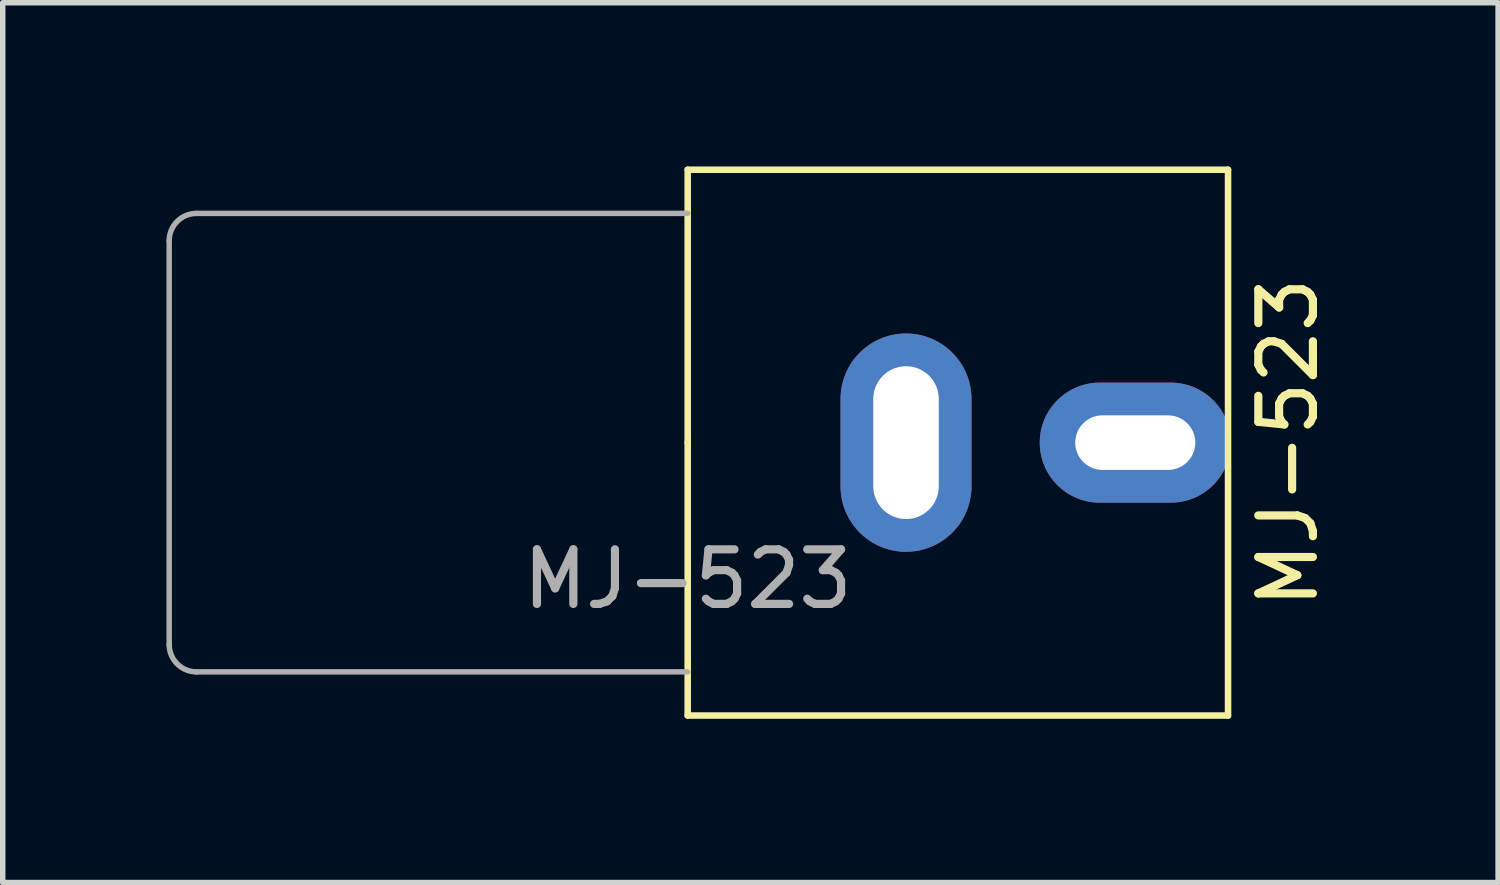
<source format=kicad_pcb>
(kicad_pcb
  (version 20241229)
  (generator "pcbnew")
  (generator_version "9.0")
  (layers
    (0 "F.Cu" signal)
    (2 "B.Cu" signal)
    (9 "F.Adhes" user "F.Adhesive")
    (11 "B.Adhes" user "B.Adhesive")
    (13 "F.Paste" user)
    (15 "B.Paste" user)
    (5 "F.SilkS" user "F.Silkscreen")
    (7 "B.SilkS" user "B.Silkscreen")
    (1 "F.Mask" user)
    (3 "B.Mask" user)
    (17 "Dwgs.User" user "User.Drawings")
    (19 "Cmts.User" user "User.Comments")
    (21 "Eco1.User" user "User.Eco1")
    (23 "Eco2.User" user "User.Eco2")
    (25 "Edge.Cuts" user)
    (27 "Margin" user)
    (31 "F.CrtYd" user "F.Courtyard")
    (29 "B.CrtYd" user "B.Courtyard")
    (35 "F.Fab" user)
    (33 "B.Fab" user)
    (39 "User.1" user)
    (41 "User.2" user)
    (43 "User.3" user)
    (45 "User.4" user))
  (footprint "MJ-523"
    (layer "F.Cu")
    (at 9.55 5.06)
    (property "Reference" "MJ-523" (at 11 0 90) (unlocked yes) (layer "F.SilkS") (effects (font (size 1 1) (thickness 0.15))))
    (attr through_hole)
    (fp_line (start 0 -5) (end 9.9 -5) (stroke (width 0.12) (type default)) (layer "F.SilkS"))
    (fp_line (start 0 0) (end 0 -5) (stroke (width 0.12) (type default)) (layer "F.SilkS"))
    (fp_line (start 0 5) (end 0 0) (stroke (width 0.12) (type default)) (layer "F.SilkS"))
    (fp_line (start 9.9 -5) (end 9.9 5) (stroke (width 0.12) (type default)) (layer "F.SilkS"))
    (fp_line (start 9.9 5) (end 0 5) (stroke (width 0.12) (type default)) (layer "F.SilkS"))
    (fp_line (start -9.5 -3.7) (end -9.5 3.7) (stroke (width 0.1) (type default)) (layer "F.Fab"))
    (fp_line (start -9 4.2) (end 0 4.2) (stroke (width 0.1) (type default)) (layer "F.Fab"))
    (fp_line (start 0 -4.2) (end -9 -4.2) (stroke (width 0.1) (type default)) (layer "F.Fab"))
    (fp_arc (start -9.5 -3.7) (mid -9.353553 -4.053553) (end -9 -4.2) (stroke (width 0.1) (type default)) (layer "F.Fab"))
    (fp_arc (start -9 4.2) (mid -9.353553 4.053553) (end -9.5 3.7) (stroke (width 0.1) (type default)) (layer "F.Fab"))
    (fp_text user "${REFERENCE}" (at 0 2.5 0) (unlocked yes) (layer "F.Fab") (effects (font (size 1 1) (thickness 0.15))))
    (pad "1" thru_hole oval (at 8.2 0) (size 3.5 2.2) (drill oval 2.2 1) (layers "*.Cu" "*.Mask"))
    (pad "2" thru_hole oval (at 4 0) (size 2.4 4) (drill oval 1.2 2.8) (layers "*.Cu" "*.Mask")))
  (gr_rect
    (start -3 -3)
    (end 24.398 13.12)
    (stroke (width 0.1) (type default))
    (fill no)
    (layer "Edge.Cuts")))
</source>
